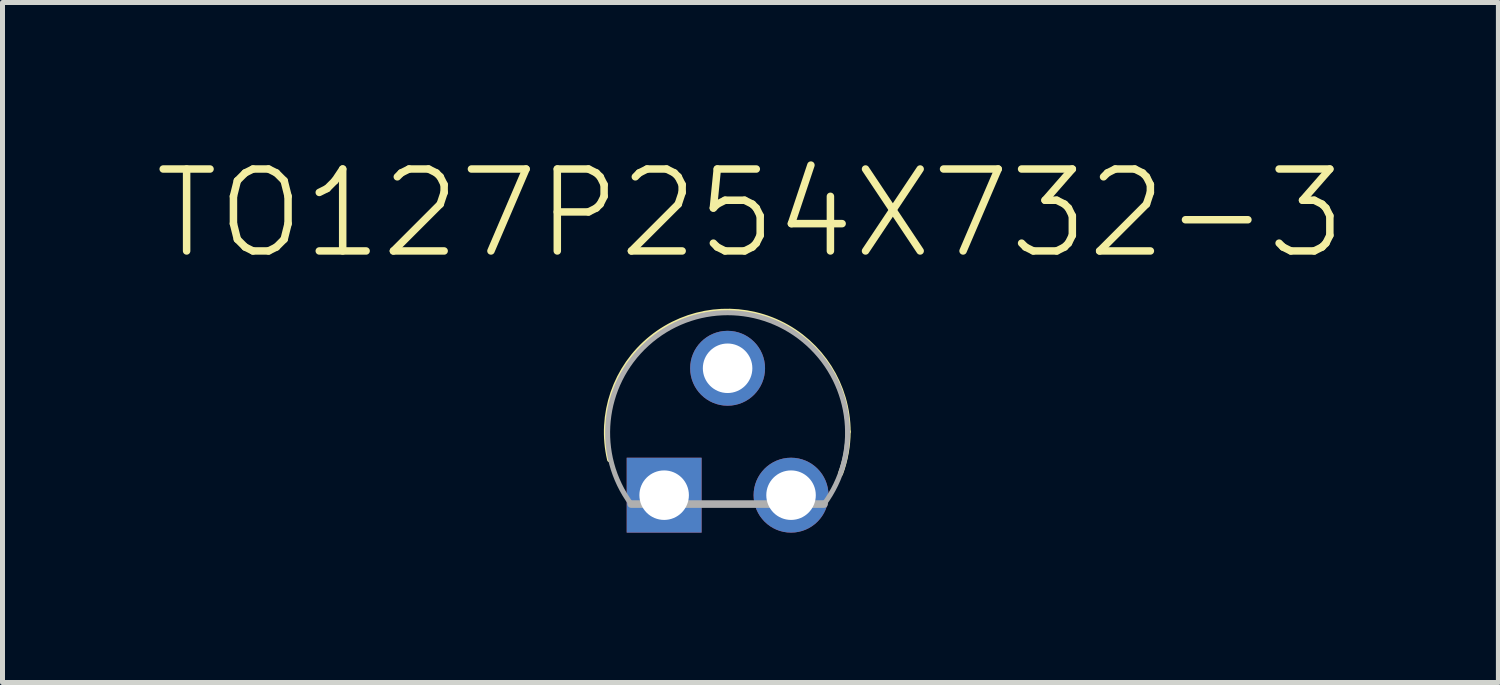
<source format=kicad_pcb>
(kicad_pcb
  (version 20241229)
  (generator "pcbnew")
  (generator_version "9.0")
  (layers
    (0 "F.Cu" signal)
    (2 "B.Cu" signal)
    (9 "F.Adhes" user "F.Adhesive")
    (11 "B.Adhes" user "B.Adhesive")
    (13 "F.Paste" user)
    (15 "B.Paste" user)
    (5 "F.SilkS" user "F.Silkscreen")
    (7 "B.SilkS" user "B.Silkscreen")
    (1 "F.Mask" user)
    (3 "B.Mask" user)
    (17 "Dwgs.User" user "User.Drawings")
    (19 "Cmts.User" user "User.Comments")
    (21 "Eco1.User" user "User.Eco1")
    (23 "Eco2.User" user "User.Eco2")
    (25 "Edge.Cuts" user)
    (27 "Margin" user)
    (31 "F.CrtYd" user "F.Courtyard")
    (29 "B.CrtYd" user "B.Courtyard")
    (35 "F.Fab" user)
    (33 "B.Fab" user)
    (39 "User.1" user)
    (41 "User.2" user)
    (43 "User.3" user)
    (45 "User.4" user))
  (footprint "TO127P254X732-3"
    (layer "F.Cu")
    (at 12.783 4.321)
    (property "Reference" "TO127P254X732-3" (at -0.813 -3.099 0) (layer "F.SilkS") (effects (font (size 1.64 1.64) (thickness 0.15))))
    (attr through_hole)
    (fp_arc (start -3.632201 1.828799) (mid -1.557641 -1.125681) (end 1.143 1.27) (stroke (width 0.1) (type solid)) (layer "F.SilkS"))
    (fp_arc (start 1.143 1.27) (mid 1.103466 1.695767) (end 0.9906 2.1082) (stroke (width 0.1) (type solid)) (layer "F.SilkS"))
    (fp_line (start -3.2 2.718) (end 0.66 2.718) (stroke (width 0.152) (type solid)) (layer "F.Fab"))
    (fp_arc (start -3.2004 2.7178) (mid -1.27 -1.112044) (end 0.6604 2.7178) (stroke (width 0.1) (type solid)) (layer "F.Fab"))
    (pad "1" thru_hole rect (at -2.54 2.54) (size 1.499 1.499) (drill 0.991) (layers "*.Cu" "*.Mask"))
    (pad "2" thru_hole circle (at -1.27 0) (size 1.499 1.499) (drill 0.991) (layers "*.Cu" "*.Mask"))
    (pad "3" thru_hole circle (at 0 2.54) (size 1.499 1.499) (drill 0.991) (layers "*.Cu" "*.Mask")))
  (gr_rect
    (start -3 -3)
    (end 26.941 10.611)
    (stroke (width 0.1) (type default))
    (fill no)
    (layer "Edge.Cuts")))
</source>
